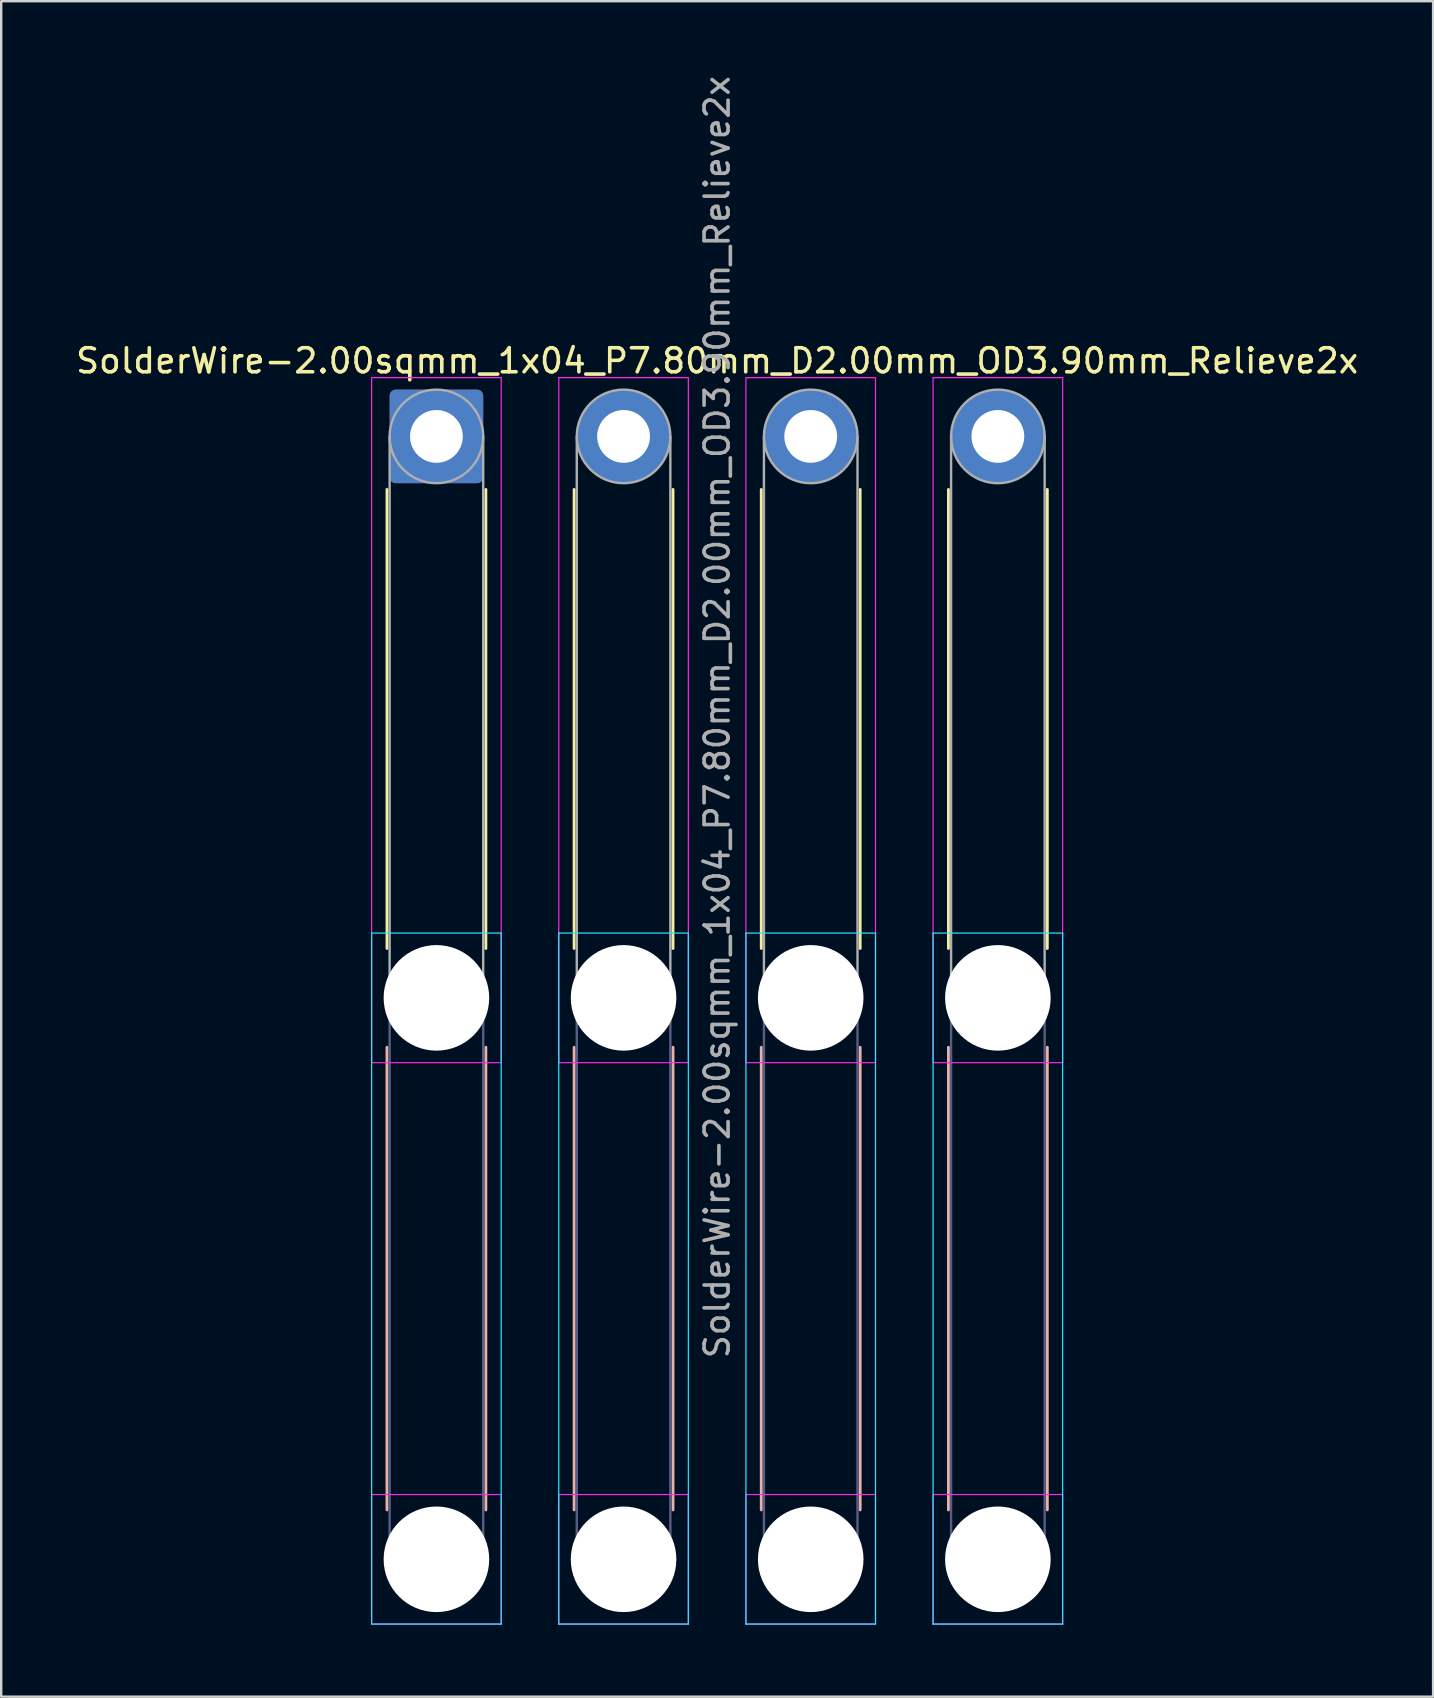
<source format=kicad_pcb>
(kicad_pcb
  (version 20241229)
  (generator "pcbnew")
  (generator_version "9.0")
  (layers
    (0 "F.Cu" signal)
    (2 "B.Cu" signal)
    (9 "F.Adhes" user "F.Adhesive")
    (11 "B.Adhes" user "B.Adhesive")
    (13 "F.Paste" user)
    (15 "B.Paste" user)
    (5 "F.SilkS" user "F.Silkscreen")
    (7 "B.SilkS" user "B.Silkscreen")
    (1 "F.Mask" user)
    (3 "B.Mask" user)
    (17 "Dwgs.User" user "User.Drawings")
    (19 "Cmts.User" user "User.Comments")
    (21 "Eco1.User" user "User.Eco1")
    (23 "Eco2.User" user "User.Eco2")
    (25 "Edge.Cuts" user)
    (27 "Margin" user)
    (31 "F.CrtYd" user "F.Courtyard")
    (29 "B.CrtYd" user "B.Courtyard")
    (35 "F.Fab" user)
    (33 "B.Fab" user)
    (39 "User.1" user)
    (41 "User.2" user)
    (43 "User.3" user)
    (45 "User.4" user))
  (footprint "SolderWire-2.00sqmm_1x04_P7.80mm_D2.00mm_OD3.90mm_Relieve2x"
    (layer "F.Cu")
    (at 15.139 15.139)
    (property "Reference" "SolderWire-2.00sqmm_1x04_P7.80mm_D2.00mm_OD3.90mm_Relieve2x" (at 11.7 -3.15 0) (layer "F.SilkS") (effects (font (size 1 1) (thickness 0.15))))
    (attr exclude_from_pos_files exclude_from_bom)
    (fp_line (start -2.06 2.21) (end -2.06 21.34) (stroke (width 0.12) (type solid)) (layer "F.SilkS"))
    (fp_line (start 2.06 2.21) (end 2.06 21.34) (stroke (width 0.12) (type solid)) (layer "F.SilkS"))
    (fp_line (start 5.74 2.21) (end 5.74 21.34) (stroke (width 0.12) (type solid)) (layer "F.SilkS"))
    (fp_line (start 9.86 2.21) (end 9.86 21.34) (stroke (width 0.12) (type solid)) (layer "F.SilkS"))
    (fp_line (start 13.54 2.21) (end 13.54 21.34) (stroke (width 0.12) (type solid)) (layer "F.SilkS"))
    (fp_line (start 17.66 2.21) (end 17.66 21.34) (stroke (width 0.12) (type solid)) (layer "F.SilkS"))
    (fp_line (start 21.34 2.21) (end 21.34 21.34) (stroke (width 0.12) (type solid)) (layer "F.SilkS"))
    (fp_line (start 25.46 2.21) (end 25.46 21.34) (stroke (width 0.12) (type solid)) (layer "F.SilkS"))
    (fp_line (start -2.06 25.46) (end -2.06 44.74) (stroke (width 0.12) (type solid)) (layer "B.SilkS"))
    (fp_line (start 2.06 25.46) (end 2.06 44.74) (stroke (width 0.12) (type solid)) (layer "B.SilkS"))
    (fp_line (start 5.74 25.46) (end 5.74 44.74) (stroke (width 0.12) (type solid)) (layer "B.SilkS"))
    (fp_line (start 9.86 25.46) (end 9.86 44.74) (stroke (width 0.12) (type solid)) (layer "B.SilkS"))
    (fp_line (start 13.54 25.46) (end 13.54 44.74) (stroke (width 0.12) (type solid)) (layer "B.SilkS"))
    (fp_line (start 17.66 25.46) (end 17.66 44.74) (stroke (width 0.12) (type solid)) (layer "B.SilkS"))
    (fp_line (start 21.34 25.46) (end 21.34 44.74) (stroke (width 0.12) (type solid)) (layer "B.SilkS"))
    (fp_line (start 25.46 25.46) (end 25.46 44.74) (stroke (width 0.12) (type solid)) (layer "B.SilkS"))
    (fp_line (start -2.7 20.7) (end -2.7 49.5) (stroke (width 0.05) (type solid)) (layer "B.CrtYd"))
    (fp_line (start -2.7 49.5) (end 2.7 49.5) (stroke (width 0.05) (type solid)) (layer "B.CrtYd"))
    (fp_line (start 2.7 20.7) (end -2.7 20.7) (stroke (width 0.05) (type solid)) (layer "B.CrtYd"))
    (fp_line (start 2.7 49.5) (end 2.7 20.7) (stroke (width 0.05) (type solid)) (layer "B.CrtYd"))
    (fp_line (start 5.1 20.7) (end 5.1 49.5) (stroke (width 0.05) (type solid)) (layer "B.CrtYd"))
    (fp_line (start 5.1 49.5) (end 10.5 49.5) (stroke (width 0.05) (type solid)) (layer "B.CrtYd"))
    (fp_line (start 10.5 20.7) (end 5.1 20.7) (stroke (width 0.05) (type solid)) (layer "B.CrtYd"))
    (fp_line (start 10.5 49.5) (end 10.5 20.7) (stroke (width 0.05) (type solid)) (layer "B.CrtYd"))
    (fp_line (start 12.9 20.7) (end 12.9 49.5) (stroke (width 0.05) (type solid)) (layer "B.CrtYd"))
    (fp_line (start 12.9 49.5) (end 18.3 49.5) (stroke (width 0.05) (type solid)) (layer "B.CrtYd"))
    (fp_line (start 18.3 20.7) (end 12.9 20.7) (stroke (width 0.05) (type solid)) (layer "B.CrtYd"))
    (fp_line (start 18.3 49.5) (end 18.3 20.7) (stroke (width 0.05) (type solid)) (layer "B.CrtYd"))
    (fp_line (start 20.7 20.7) (end 20.7 49.5) (stroke (width 0.05) (type solid)) (layer "B.CrtYd"))
    (fp_line (start 20.7 49.5) (end 26.1 49.5) (stroke (width 0.05) (type solid)) (layer "B.CrtYd"))
    (fp_line (start 26.1 20.7) (end 20.7 20.7) (stroke (width 0.05) (type solid)) (layer "B.CrtYd"))
    (fp_line (start 26.1 49.5) (end 26.1 20.7) (stroke (width 0.05) (type solid)) (layer "B.CrtYd"))
    (fp_line (start -2.7 -2.45) (end -2.7 26.1) (stroke (width 0.05) (type solid)) (layer "F.CrtYd"))
    (fp_line (start -2.7 26.1) (end 2.7 26.1) (stroke (width 0.05) (type solid)) (layer "F.CrtYd"))
    (fp_line (start -2.7 44.1) (end -2.7 49.5) (stroke (width 0.05) (type solid)) (layer "F.CrtYd"))
    (fp_line (start -2.7 49.5) (end 2.7 49.5) (stroke (width 0.05) (type solid)) (layer "F.CrtYd"))
    (fp_line (start 2.7 -2.45) (end -2.7 -2.45) (stroke (width 0.05) (type solid)) (layer "F.CrtYd"))
    (fp_line (start 2.7 26.1) (end 2.7 -2.45) (stroke (width 0.05) (type solid)) (layer "F.CrtYd"))
    (fp_line (start 2.7 44.1) (end -2.7 44.1) (stroke (width 0.05) (type solid)) (layer "F.CrtYd"))
    (fp_line (start 2.7 49.5) (end 2.7 44.1) (stroke (width 0.05) (type solid)) (layer "F.CrtYd"))
    (fp_line (start 5.1 -2.45) (end 5.1 26.1) (stroke (width 0.05) (type solid)) (layer "F.CrtYd"))
    (fp_line (start 5.1 26.1) (end 10.5 26.1) (stroke (width 0.05) (type solid)) (layer "F.CrtYd"))
    (fp_line (start 5.1 44.1) (end 5.1 49.5) (stroke (width 0.05) (type solid)) (layer "F.CrtYd"))
    (fp_line (start 5.1 49.5) (end 10.5 49.5) (stroke (width 0.05) (type solid)) (layer "F.CrtYd"))
    (fp_line (start 10.5 -2.45) (end 5.1 -2.45) (stroke (width 0.05) (type solid)) (layer "F.CrtYd"))
    (fp_line (start 10.5 26.1) (end 10.5 -2.45) (stroke (width 0.05) (type solid)) (layer "F.CrtYd"))
    (fp_line (start 10.5 44.1) (end 5.1 44.1) (stroke (width 0.05) (type solid)) (layer "F.CrtYd"))
    (fp_line (start 10.5 49.5) (end 10.5 44.1) (stroke (width 0.05) (type solid)) (layer "F.CrtYd"))
    (fp_line (start 12.9 -2.45) (end 12.9 26.1) (stroke (width 0.05) (type solid)) (layer "F.CrtYd"))
    (fp_line (start 12.9 26.1) (end 18.3 26.1) (stroke (width 0.05) (type solid)) (layer "F.CrtYd"))
    (fp_line (start 12.9 44.1) (end 12.9 49.5) (stroke (width 0.05) (type solid)) (layer "F.CrtYd"))
    (fp_line (start 12.9 49.5) (end 18.3 49.5) (stroke (width 0.05) (type solid)) (layer "F.CrtYd"))
    (fp_line (start 18.3 -2.45) (end 12.9 -2.45) (stroke (width 0.05) (type solid)) (layer "F.CrtYd"))
    (fp_line (start 18.3 26.1) (end 18.3 -2.45) (stroke (width 0.05) (type solid)) (layer "F.CrtYd"))
    (fp_line (start 18.3 44.1) (end 12.9 44.1) (stroke (width 0.05) (type solid)) (layer "F.CrtYd"))
    (fp_line (start 18.3 49.5) (end 18.3 44.1) (stroke (width 0.05) (type solid)) (layer "F.CrtYd"))
    (fp_line (start 20.7 -2.45) (end 20.7 26.1) (stroke (width 0.05) (type solid)) (layer "F.CrtYd"))
    (fp_line (start 20.7 26.1) (end 26.1 26.1) (stroke (width 0.05) (type solid)) (layer "F.CrtYd"))
    (fp_line (start 20.7 44.1) (end 20.7 49.5) (stroke (width 0.05) (type solid)) (layer "F.CrtYd"))
    (fp_line (start 20.7 49.5) (end 26.1 49.5) (stroke (width 0.05) (type solid)) (layer "F.CrtYd"))
    (fp_line (start 26.1 -2.45) (end 20.7 -2.45) (stroke (width 0.05) (type solid)) (layer "F.CrtYd"))
    (fp_line (start 26.1 26.1) (end 26.1 -2.45) (stroke (width 0.05) (type solid)) (layer "F.CrtYd"))
    (fp_line (start 26.1 44.1) (end 20.7 44.1) (stroke (width 0.05) (type solid)) (layer "F.CrtYd"))
    (fp_line (start 26.1 49.5) (end 26.1 44.1) (stroke (width 0.05) (type solid)) (layer "F.CrtYd"))
    (fp_line (start -1.95 23.4) (end -1.95 46.8) (stroke (width 0.1) (type solid)) (layer "B.Fab"))
    (fp_line (start 1.95 23.4) (end 1.95 46.8) (stroke (width 0.1) (type solid)) (layer "B.Fab"))
    (fp_line (start 5.85 23.4) (end 5.85 46.8) (stroke (width 0.1) (type solid)) (layer "B.Fab"))
    (fp_line (start 9.75 23.4) (end 9.75 46.8) (stroke (width 0.1) (type solid)) (layer "B.Fab"))
    (fp_line (start 13.65 23.4) (end 13.65 46.8) (stroke (width 0.1) (type solid)) (layer "B.Fab"))
    (fp_line (start 17.55 23.4) (end 17.55 46.8) (stroke (width 0.1) (type solid)) (layer "B.Fab"))
    (fp_line (start 21.45 23.4) (end 21.45 46.8) (stroke (width 0.1) (type solid)) (layer "B.Fab"))
    (fp_line (start 25.35 23.4) (end 25.35 46.8) (stroke (width 0.1) (type solid)) (layer "B.Fab"))
    (fp_circle (center 0 23.4) (end 1.95 23.4) (stroke (width 0.1) (type solid)) (fill no) (layer "B.Fab"))
    (fp_circle (center 0 46.8) (end 1.95 46.8) (stroke (width 0.1) (type solid)) (fill no) (layer "B.Fab"))
    (fp_circle (center 7.8 23.4) (end 9.75 23.4) (stroke (width 0.1) (type solid)) (fill no) (layer "B.Fab"))
    (fp_circle (center 7.8 46.8) (end 9.75 46.8) (stroke (width 0.1) (type solid)) (fill no) (layer "B.Fab"))
    (fp_circle (center 15.6 23.4) (end 17.55 23.4) (stroke (width 0.1) (type solid)) (fill no) (layer "B.Fab"))
    (fp_circle (center 15.6 46.8) (end 17.55 46.8) (stroke (width 0.1) (type solid)) (fill no) (layer "B.Fab"))
    (fp_circle (center 23.4 23.4) (end 25.35 23.4) (stroke (width 0.1) (type solid)) (fill no) (layer "B.Fab"))
    (fp_circle (center 23.4 46.8) (end 25.35 46.8) (stroke (width 0.1) (type solid)) (fill no) (layer "B.Fab"))
    (fp_line (start -1.95 0) (end -1.95 23.4) (stroke (width 0.1) (type solid)) (layer "F.Fab"))
    (fp_line (start 1.95 0) (end 1.95 23.4) (stroke (width 0.1) (type solid)) (layer "F.Fab"))
    (fp_line (start 5.85 0) (end 5.85 23.4) (stroke (width 0.1) (type solid)) (layer "F.Fab"))
    (fp_line (start 9.75 0) (end 9.75 23.4) (stroke (width 0.1) (type solid)) (layer "F.Fab"))
    (fp_line (start 13.65 0) (end 13.65 23.4) (stroke (width 0.1) (type solid)) (layer "F.Fab"))
    (fp_line (start 17.55 0) (end 17.55 23.4) (stroke (width 0.1) (type solid)) (layer "F.Fab"))
    (fp_line (start 21.45 0) (end 21.45 23.4) (stroke (width 0.1) (type solid)) (layer "F.Fab"))
    (fp_line (start 25.35 0) (end 25.35 23.4) (stroke (width 0.1) (type solid)) (layer "F.Fab"))
    (fp_circle (center 0 0) (end 1.95 0) (stroke (width 0.1) (type solid)) (fill no) (layer "F.Fab"))
    (fp_circle (center 0 23.4) (end 1.95 23.4) (stroke (width 0.1) (type solid)) (fill no) (layer "F.Fab"))
    (fp_circle (center 0 46.8) (end 1.95 46.8) (stroke (width 0.1) (type solid)) (fill no) (layer "F.Fab"))
    (fp_circle (center 7.8 0) (end 9.75 0) (stroke (width 0.1) (type solid)) (fill no) (layer "F.Fab"))
    (fp_circle (center 7.8 23.4) (end 9.75 23.4) (stroke (width 0.1) (type solid)) (fill no) (layer "F.Fab"))
    (fp_circle (center 7.8 46.8) (end 9.75 46.8) (stroke (width 0.1) (type solid)) (fill no) (layer "F.Fab"))
    (fp_circle (center 15.6 0) (end 17.55 0) (stroke (width 0.1) (type solid)) (fill no) (layer "F.Fab"))
    (fp_circle (center 15.6 23.4) (end 17.55 23.4) (stroke (width 0.1) (type solid)) (fill no) (layer "F.Fab"))
    (fp_circle (center 15.6 46.8) (end 17.55 46.8) (stroke (width 0.1) (type solid)) (fill no) (layer "F.Fab"))
    (fp_circle (center 23.4 0) (end 25.35 0) (stroke (width 0.1) (type solid)) (fill no) (layer "F.Fab"))
    (fp_circle (center 23.4 23.4) (end 25.35 23.4) (stroke (width 0.1) (type solid)) (fill no) (layer "F.Fab"))
    (fp_circle (center 23.4 46.8) (end 25.35 46.8) (stroke (width 0.1) (type solid)) (fill no) (layer "F.Fab"))
    (fp_text user "${REFERENCE}" (at 11.7 11.7 90) (layer "F.Fab") (effects (font (size 1 1) (thickness 0.15))))
    (pad "" np_thru_hole circle (at 0 23.4) (size 4.4 4.4) (drill 4.4) (layers "*.Cu" "*.Mask"))
    (pad "" np_thru_hole circle (at 0 46.8) (size 4.4 4.4) (drill 4.4) (layers "*.Cu" "*.Mask"))
    (pad "" np_thru_hole circle (at 7.8 23.4) (size 4.4 4.4) (drill 4.4) (layers "*.Cu" "*.Mask"))
    (pad "" np_thru_hole circle (at 7.8 46.8) (size 4.4 4.4) (drill 4.4) (layers "*.Cu" "*.Mask"))
    (pad "" np_thru_hole circle (at 15.6 23.4) (size 4.4 4.4) (drill 4.4) (layers "*.Cu" "*.Mask"))
    (pad "" np_thru_hole circle (at 15.6 46.8) (size 4.4 4.4) (drill 4.4) (layers "*.Cu" "*.Mask"))
    (pad "" np_thru_hole circle (at 23.4 23.4) (size 4.4 4.4) (drill 4.4) (layers "*.Cu" "*.Mask"))
    (pad "" np_thru_hole circle (at 23.4 46.8) (size 4.4 4.4) (drill 4.4) (layers "*.Cu" "*.Mask"))
    (pad "1" thru_hole roundrect (at 0 0) (size 3.9 3.9) (drill 2.2) (layers "*.Cu" "*.Mask") (roundrect_rratio 0.064))
    (pad "2" thru_hole circle (at 7.8 0) (size 3.9 3.9) (drill 2.2) (layers "*.Cu" "*.Mask"))
    (pad "3" thru_hole circle (at 15.6 0) (size 3.9 3.9) (drill 2.2) (layers "*.Cu" "*.Mask"))
    (pad "4" thru_hole circle (at 23.4 0) (size 3.9 3.9) (drill 2.2) (layers "*.Cu" "*.Mask")))
  (gr_rect
    (start -3 -3)
    (end 56.679 67.664)
    (stroke (width 0.1) (type default))
    (fill no)
    (layer "Edge.Cuts")))
</source>
